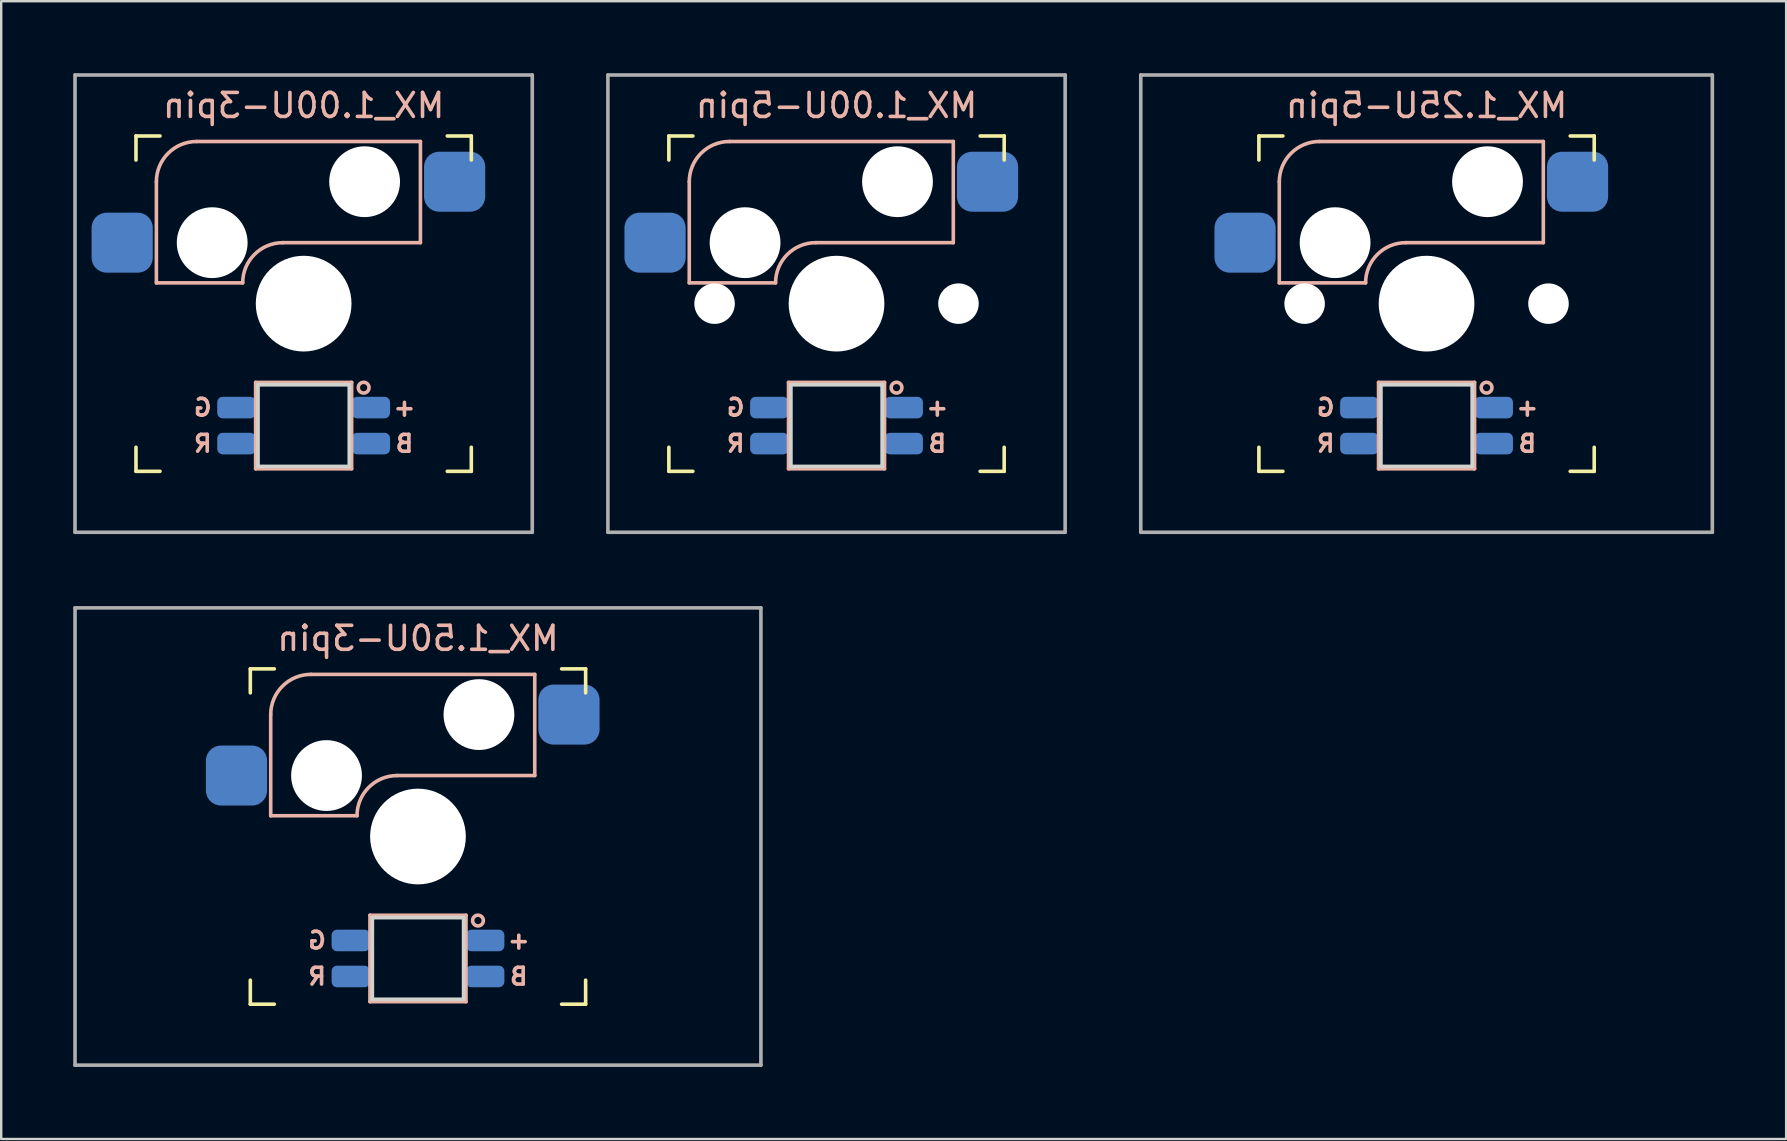
<source format=kicad_pcb>
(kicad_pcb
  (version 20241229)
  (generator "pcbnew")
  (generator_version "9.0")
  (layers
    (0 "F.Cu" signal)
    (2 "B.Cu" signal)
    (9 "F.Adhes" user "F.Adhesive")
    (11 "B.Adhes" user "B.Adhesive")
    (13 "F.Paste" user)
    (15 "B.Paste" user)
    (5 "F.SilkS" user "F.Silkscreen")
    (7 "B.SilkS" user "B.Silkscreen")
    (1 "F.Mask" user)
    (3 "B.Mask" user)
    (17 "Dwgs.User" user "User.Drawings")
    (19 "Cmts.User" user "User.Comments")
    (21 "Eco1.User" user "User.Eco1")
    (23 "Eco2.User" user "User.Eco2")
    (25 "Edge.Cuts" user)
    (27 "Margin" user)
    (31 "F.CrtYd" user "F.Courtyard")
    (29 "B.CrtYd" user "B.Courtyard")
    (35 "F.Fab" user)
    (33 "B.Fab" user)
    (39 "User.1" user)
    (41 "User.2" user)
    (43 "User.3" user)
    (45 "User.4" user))
  (footprint "MX_1.25U-5pin"
    (layer "F.Cu")
    (at 56.381 9.6)
    (property "Reference" "MX_1.25U-5pin" (at 0 -8.255 0) (layer "B.SilkS") (effects (font (size 1 1) (thickness 0.15)) (justify mirror)))
    (attr smd)
    (fp_line (start -6.985 -5.985) (end -6.985 -6.985) (stroke (width 0.15) (type solid)) (layer "F.SilkS"))
    (fp_line (start -6.985 6.985) (end -6.985 5.985) (stroke (width 0.15) (type solid)) (layer "F.SilkS"))
    (fp_line (start -6.985 6.985) (end -5.985 6.985) (stroke (width 0.15) (type solid)) (layer "F.SilkS"))
    (fp_line (start -5.985 -6.985) (end -6.985 -6.985) (stroke (width 0.15) (type solid)) (layer "F.SilkS"))
    (fp_line (start 5.985 6.985) (end 6.985 6.985) (stroke (width 0.15) (type solid)) (layer "F.SilkS"))
    (fp_line (start 6.985 -6.985) (end 5.985 -6.985) (stroke (width 0.15) (type solid)) (layer "F.SilkS"))
    (fp_line (start 6.985 -6.985) (end 6.985 -5.985) (stroke (width 0.15) (type solid)) (layer "F.SilkS"))
    (fp_line (start 6.985 5.985) (end 6.985 6.985) (stroke (width 0.15) (type solid)) (layer "F.SilkS"))
    (fp_line (start -6.135 -5.08) (end -6.135 -0.865) (stroke (width 0.15) (type solid)) (layer "B.SilkS"))
    (fp_line (start -6.135 -0.865) (end -2.54 -0.865) (stroke (width 0.15) (type solid)) (layer "B.SilkS"))
    (fp_line (start -4.46 -6.755) (end 4.865 -6.755) (stroke (width 0.15) (type solid)) (layer "B.SilkS"))
    (fp_line (start -2 3.28) (end -2 6.88) (stroke (width 0.15) (type solid)) (layer "B.SilkS"))
    (fp_line (start -2 6.88) (end 2 6.88) (stroke (width 0.15) (type solid)) (layer "B.SilkS"))
    (fp_line (start -0.865 -2.54) (end 4.865 -2.54) (stroke (width 0.15) (type solid)) (layer "B.SilkS"))
    (fp_line (start 2 3.28) (end -2 3.28) (stroke (width 0.15) (type solid)) (layer "B.SilkS"))
    (fp_line (start 2 6.88) (end 2 3.28) (stroke (width 0.15) (type solid)) (layer "B.SilkS"))
    (fp_line (start 4.865 -6.755) (end 4.865 -2.54) (stroke (width 0.15) (type solid)) (layer "B.SilkS"))
    (fp_arc (start -6.135 -5.08) (mid -5.644404 -6.264404) (end -4.46 -6.755) (stroke (width 0.15) (type solid)) (layer "B.SilkS"))
    (fp_arc (start -2.54 -0.865) (mid -2.049404 -2.049404) (end -0.865 -2.54) (stroke (width 0.15) (type solid)) (layer "B.SilkS"))
    (fp_circle (center 2.5 3.5) (end 2.724 3.5) (stroke (width 0.15) (type solid)) (fill no) (layer "B.SilkS"))
    (fp_line (start -6.985 6.985) (end -6.985 -6.985) (stroke (width 0.15) (type solid)) (layer "Eco2.User"))
    (fp_line (start -6.985 6.985) (end 6.985 6.985) (stroke (width 0.15) (type solid)) (layer "Eco2.User"))
    (fp_line (start 6.985 -6.985) (end -6.985 -6.985) (stroke (width 0.15) (type solid)) (layer "Eco2.User"))
    (fp_line (start 6.985 -6.985) (end 6.985 6.985) (stroke (width 0.15) (type solid)) (layer "Eco2.User"))
    (fp_line (start -1.9 3.38) (end -1.9 6.78) (stroke (width 0.15) (type solid)) (layer "Edge.Cuts"))
    (fp_line (start -1.9 3.38) (end 1.9 3.38) (stroke (width 0.15) (type solid)) (layer "Edge.Cuts"))
    (fp_line (start -1.9 6.78) (end 1.9 6.78) (stroke (width 0.15) (type solid)) (layer "Edge.Cuts"))
    (fp_line (start 1.9 3.38) (end 1.9 6.78) (stroke (width 0.15) (type solid)) (layer "Edge.Cuts"))
    (fp_line (start -11.906 -9.525) (end 11.906 -9.525) (stroke (width 0.15) (type solid)) (layer "F.Fab"))
    (fp_line (start -11.906 9.525) (end -11.906 -9.525) (stroke (width 0.15) (type solid)) (layer "F.Fab"))
    (fp_line (start 11.906 -9.525) (end 11.906 9.525) (stroke (width 0.15) (type solid)) (layer "F.Fab"))
    (fp_line (start 11.906 9.525) (end -11.906 9.525) (stroke (width 0.15) (type solid)) (layer "F.Fab"))
    (fp_text user "B" (at 4.2 5.83 0) (layer "B.SilkS") (effects (font (size 0.7 0.7) (thickness 0.15)) (justify mirror)))
    (fp_text user "+" (at 4.2 4.33 0) (layer "B.SilkS") (effects (font (size 0.7 0.7) (thickness 0.15)) (justify mirror)))
    (fp_text user "G" (at -4.2 4.33 0) (layer "B.SilkS") (effects (font (size 0.7 0.7) (thickness 0.15)) (justify mirror)))
    (fp_text user "R" (at -4.2 5.83 0) (layer "B.SilkS") (effects (font (size 0.7 0.7) (thickness 0.15)) (justify mirror)))
    (pad "" np_thru_hole circle (at -5.08 0) (size 1.688 1.688) (drill 1.688) (layers "*.Cu" "*.Mask"))
    (pad "" np_thru_hole circle (at -3.81 -2.54) (size 2.95 2.95) (drill 2.95) (layers "*.Cu" "*.Mask"))
    (pad "" np_thru_hole circle (at 0 0) (size 3.988 3.988) (drill 3.988) (layers "*.Cu" "*.Mask"))
    (pad "" np_thru_hole circle (at 2.54 -5.08) (size 2.95 2.95) (drill 2.95) (layers "*.Cu" "*.Mask"))
    (pad "" np_thru_hole circle (at 5.08 0) (size 1.688 1.688) (drill 1.688) (layers "*.Cu" "*.Mask"))
    (pad "1" smd roundrect (at 6.29 -5.08) (size 2.55 2.5) (layers "B.Cu" "B.Mask" "B.Paste") (roundrect_rratio 0.25))
    (pad "2" smd roundrect (at -7.56 -2.54) (size 2.55 2.5) (layers "B.Cu" "B.Mask" "B.Paste") (roundrect_rratio 0.25))
    (pad "3" smd roundrect (at 2.8 4.33) (size 1.6 0.9) (layers "B.Cu" "B.Mask" "B.Paste") (roundrect_rratio 0.25))
    (pad "4" smd roundrect (at -2.8 5.83) (size 1.6 0.9) (layers "B.Cu" "B.Mask" "B.Paste") (roundrect_rratio 0.25))
    (pad "5" smd roundrect (at -2.8 4.33) (size 1.6 0.9) (layers "B.Cu" "B.Mask" "B.Paste") (roundrect_rratio 0.25))
    (pad "6" smd roundrect (at 2.8 5.83) (size 1.6 0.9) (layers "B.Cu" "B.Mask" "B.Paste") (roundrect_rratio 0.25)))
  (footprint "MX_1.00U-3pin"
    (layer "F.Cu")
    (at 9.6 9.6)
    (property "Reference" "MX_1.00U-3pin" (at 0 -8.255 0) (layer "B.SilkS") (effects (font (size 1 1) (thickness 0.15)) (justify mirror)))
    (attr smd)
    (fp_line (start -6.985 -5.985) (end -6.985 -6.985) (stroke (width 0.15) (type solid)) (layer "F.SilkS"))
    (fp_line (start -6.985 6.985) (end -6.985 5.985) (stroke (width 0.15) (type solid)) (layer "F.SilkS"))
    (fp_line (start -6.985 6.985) (end -5.985 6.985) (stroke (width 0.15) (type solid)) (layer "F.SilkS"))
    (fp_line (start -5.985 -6.985) (end -6.985 -6.985) (stroke (width 0.15) (type solid)) (layer "F.SilkS"))
    (fp_line (start 5.985 6.985) (end 6.985 6.985) (stroke (width 0.15) (type solid)) (layer "F.SilkS"))
    (fp_line (start 6.985 -6.985) (end 5.985 -6.985) (stroke (width 0.15) (type solid)) (layer "F.SilkS"))
    (fp_line (start 6.985 -6.985) (end 6.985 -5.985) (stroke (width 0.15) (type solid)) (layer "F.SilkS"))
    (fp_line (start 6.985 5.985) (end 6.985 6.985) (stroke (width 0.15) (type solid)) (layer "F.SilkS"))
    (fp_line (start -6.135 -5.08) (end -6.135 -0.865) (stroke (width 0.15) (type solid)) (layer "B.SilkS"))
    (fp_line (start -6.135 -0.865) (end -2.54 -0.865) (stroke (width 0.15) (type solid)) (layer "B.SilkS"))
    (fp_line (start -4.46 -6.755) (end 4.865 -6.755) (stroke (width 0.15) (type solid)) (layer "B.SilkS"))
    (fp_line (start -2 3.28) (end -2 6.88) (stroke (width 0.15) (type solid)) (layer "B.SilkS"))
    (fp_line (start -2 6.88) (end 2 6.88) (stroke (width 0.15) (type solid)) (layer "B.SilkS"))
    (fp_line (start -0.865 -2.54) (end 4.865 -2.54) (stroke (width 0.15) (type solid)) (layer "B.SilkS"))
    (fp_line (start 2 3.28) (end -2 3.28) (stroke (width 0.15) (type solid)) (layer "B.SilkS"))
    (fp_line (start 2 6.88) (end 2 3.28) (stroke (width 0.15) (type solid)) (layer "B.SilkS"))
    (fp_line (start 4.865 -6.755) (end 4.865 -2.54) (stroke (width 0.15) (type solid)) (layer "B.SilkS"))
    (fp_arc (start -6.135 -5.08) (mid -5.644404 -6.264404) (end -4.46 -6.755) (stroke (width 0.15) (type solid)) (layer "B.SilkS"))
    (fp_arc (start -2.54 -0.865) (mid -2.049404 -2.049404) (end -0.865 -2.54) (stroke (width 0.15) (type solid)) (layer "B.SilkS"))
    (fp_circle (center 2.5 3.5) (end 2.724 3.5) (stroke (width 0.15) (type solid)) (fill no) (layer "B.SilkS"))
    (fp_line (start -6.985 6.985) (end -6.985 -6.985) (stroke (width 0.15) (type solid)) (layer "Eco2.User"))
    (fp_line (start -6.985 6.985) (end 6.985 6.985) (stroke (width 0.15) (type solid)) (layer "Eco2.User"))
    (fp_line (start 6.985 -6.985) (end -6.985 -6.985) (stroke (width 0.15) (type solid)) (layer "Eco2.User"))
    (fp_line (start 6.985 -6.985) (end 6.985 6.985) (stroke (width 0.15) (type solid)) (layer "Eco2.User"))
    (fp_line (start -1.9 3.38) (end -1.9 6.78) (stroke (width 0.15) (type solid)) (layer "Edge.Cuts"))
    (fp_line (start -1.9 3.38) (end 1.9 3.38) (stroke (width 0.15) (type solid)) (layer "Edge.Cuts"))
    (fp_line (start -1.9 6.78) (end 1.9 6.78) (stroke (width 0.15) (type solid)) (layer "Edge.Cuts"))
    (fp_line (start 1.9 3.38) (end 1.9 6.78) (stroke (width 0.15) (type solid)) (layer "Edge.Cuts"))
    (fp_line (start -9.525 -9.525) (end 9.525 -9.525) (stroke (width 0.15) (type solid)) (layer "F.Fab"))
    (fp_line (start -9.525 9.525) (end -9.525 -9.525) (stroke (width 0.15) (type solid)) (layer "F.Fab"))
    (fp_line (start 9.525 -9.525) (end 9.525 9.525) (stroke (width 0.15) (type solid)) (layer "F.Fab"))
    (fp_line (start 9.525 9.525) (end -9.525 9.525) (stroke (width 0.15) (type solid)) (layer "F.Fab"))
    (fp_text user "R" (at -4.2 5.83 0) (layer "B.SilkS") (effects (font (size 0.7 0.7) (thickness 0.15)) (justify mirror)))
    (fp_text user "+" (at 4.2 4.33 0) (layer "B.SilkS") (effects (font (size 0.7 0.7) (thickness 0.15)) (justify mirror)))
    (fp_text user "B" (at 4.2 5.83 0) (layer "B.SilkS") (effects (font (size 0.7 0.7) (thickness 0.15)) (justify mirror)))
    (fp_text user "G" (at -4.2 4.33 0) (layer "B.SilkS") (effects (font (size 0.7 0.7) (thickness 0.15)) (justify mirror)))
    (pad "" np_thru_hole circle (at -3.81 -2.54) (size 2.95 2.95) (drill 2.95) (layers "*.Cu" "*.Mask"))
    (pad "" np_thru_hole circle (at 0 0) (size 3.988 3.988) (drill 3.988) (layers "*.Cu" "*.Mask"))
    (pad "" np_thru_hole circle (at 2.54 -5.08) (size 2.95 2.95) (drill 2.95) (layers "*.Cu" "*.Mask"))
    (pad "1" smd roundrect (at 6.29 -5.08) (size 2.55 2.5) (layers "B.Cu" "B.Mask" "B.Paste") (roundrect_rratio 0.25))
    (pad "2" smd roundrect (at -7.56 -2.54) (size 2.55 2.5) (layers "B.Cu" "B.Mask" "B.Paste") (roundrect_rratio 0.25))
    (pad "3" smd roundrect (at 2.8 4.33) (size 1.6 0.9) (layers "B.Cu" "B.Mask" "B.Paste") (roundrect_rratio 0.25))
    (pad "4" smd roundrect (at -2.8 5.83) (size 1.6 0.9) (layers "B.Cu" "B.Mask" "B.Paste") (roundrect_rratio 0.25))
    (pad "5" smd roundrect (at -2.8 4.33) (size 1.6 0.9) (layers "B.Cu" "B.Mask" "B.Paste") (roundrect_rratio 0.25))
    (pad "6" smd roundrect (at 2.8 5.83) (size 1.6 0.9) (layers "B.Cu" "B.Mask" "B.Paste") (roundrect_rratio 0.25)))
  (footprint "MX_1.00U-5pin"
    (layer "F.Cu")
    (at 31.8 9.6)
    (property "Reference" "MX_1.00U-5pin" (at 0 -8.255 0) (layer "B.SilkS") (effects (font (size 1 1) (thickness 0.15)) (justify mirror)))
    (attr smd)
    (fp_line (start -6.985 -5.985) (end -6.985 -6.985) (stroke (width 0.15) (type solid)) (layer "F.SilkS"))
    (fp_line (start -6.985 6.985) (end -6.985 5.985) (stroke (width 0.15) (type solid)) (layer "F.SilkS"))
    (fp_line (start -6.985 6.985) (end -5.985 6.985) (stroke (width 0.15) (type solid)) (layer "F.SilkS"))
    (fp_line (start -5.985 -6.985) (end -6.985 -6.985) (stroke (width 0.15) (type solid)) (layer "F.SilkS"))
    (fp_line (start 5.985 6.985) (end 6.985 6.985) (stroke (width 0.15) (type solid)) (layer "F.SilkS"))
    (fp_line (start 6.985 -6.985) (end 5.985 -6.985) (stroke (width 0.15) (type solid)) (layer "F.SilkS"))
    (fp_line (start 6.985 -6.985) (end 6.985 -5.985) (stroke (width 0.15) (type solid)) (layer "F.SilkS"))
    (fp_line (start 6.985 5.985) (end 6.985 6.985) (stroke (width 0.15) (type solid)) (layer "F.SilkS"))
    (fp_line (start -6.135 -5.08) (end -6.135 -0.865) (stroke (width 0.15) (type solid)) (layer "B.SilkS"))
    (fp_line (start -6.135 -0.865) (end -2.54 -0.865) (stroke (width 0.15) (type solid)) (layer "B.SilkS"))
    (fp_line (start -4.46 -6.755) (end 4.865 -6.755) (stroke (width 0.15) (type solid)) (layer "B.SilkS"))
    (fp_line (start -2 3.28) (end -2 6.88) (stroke (width 0.15) (type solid)) (layer "B.SilkS"))
    (fp_line (start -2 6.88) (end 2 6.88) (stroke (width 0.15) (type solid)) (layer "B.SilkS"))
    (fp_line (start -0.865 -2.54) (end 4.865 -2.54) (stroke (width 0.15) (type solid)) (layer "B.SilkS"))
    (fp_line (start 2 3.28) (end -2 3.28) (stroke (width 0.15) (type solid)) (layer "B.SilkS"))
    (fp_line (start 2 6.88) (end 2 3.28) (stroke (width 0.15) (type solid)) (layer "B.SilkS"))
    (fp_line (start 4.865 -6.755) (end 4.865 -2.54) (stroke (width 0.15) (type solid)) (layer "B.SilkS"))
    (fp_arc (start -6.135 -5.08) (mid -5.644404 -6.264404) (end -4.46 -6.755) (stroke (width 0.15) (type solid)) (layer "B.SilkS"))
    (fp_arc (start -2.54 -0.865) (mid -2.049404 -2.049404) (end -0.865 -2.54) (stroke (width 0.15) (type solid)) (layer "B.SilkS"))
    (fp_circle (center 2.5 3.5) (end 2.724 3.5) (stroke (width 0.15) (type solid)) (fill no) (layer "B.SilkS"))
    (fp_line (start -6.985 6.985) (end -6.985 -6.985) (stroke (width 0.15) (type solid)) (layer "Eco2.User"))
    (fp_line (start -6.985 6.985) (end 6.985 6.985) (stroke (width 0.15) (type solid)) (layer "Eco2.User"))
    (fp_line (start 6.985 -6.985) (end -6.985 -6.985) (stroke (width 0.15) (type solid)) (layer "Eco2.User"))
    (fp_line (start 6.985 -6.985) (end 6.985 6.985) (stroke (width 0.15) (type solid)) (layer "Eco2.User"))
    (fp_line (start -1.9 3.38) (end -1.9 6.78) (stroke (width 0.15) (type solid)) (layer "Edge.Cuts"))
    (fp_line (start -1.9 3.38) (end 1.9 3.38) (stroke (width 0.15) (type solid)) (layer "Edge.Cuts"))
    (fp_line (start -1.9 6.78) (end 1.9 6.78) (stroke (width 0.15) (type solid)) (layer "Edge.Cuts"))
    (fp_line (start 1.9 3.38) (end 1.9 6.78) (stroke (width 0.15) (type solid)) (layer "Edge.Cuts"))
    (fp_line (start -9.525 -9.525) (end 9.525 -9.525) (stroke (width 0.15) (type solid)) (layer "F.Fab"))
    (fp_line (start -9.525 9.525) (end -9.525 -9.525) (stroke (width 0.15) (type solid)) (layer "F.Fab"))
    (fp_line (start 9.525 -9.525) (end 9.525 9.525) (stroke (width 0.15) (type solid)) (layer "F.Fab"))
    (fp_line (start 9.525 9.525) (end -9.525 9.525) (stroke (width 0.15) (type solid)) (layer "F.Fab"))
    (fp_text user "R" (at -4.2 5.83 0) (layer "B.SilkS") (effects (font (size 0.7 0.7) (thickness 0.15)) (justify mirror)))
    (fp_text user "+" (at 4.2 4.33 0) (layer "B.SilkS") (effects (font (size 0.7 0.7) (thickness 0.15)) (justify mirror)))
    (fp_text user "B" (at 4.2 5.83 0) (layer "B.SilkS") (effects (font (size 0.7 0.7) (thickness 0.15)) (justify mirror)))
    (fp_text user "G" (at -4.2 4.33 0) (layer "B.SilkS") (effects (font (size 0.7 0.7) (thickness 0.15)) (justify mirror)))
    (pad "" np_thru_hole circle (at -5.08 0) (size 1.688 1.688) (drill 1.688) (layers "*.Cu" "*.Mask"))
    (pad "" np_thru_hole circle (at -3.81 -2.54) (size 2.95 2.95) (drill 2.95) (layers "*.Cu" "*.Mask"))
    (pad "" np_thru_hole circle (at 0 0) (size 3.988 3.988) (drill 3.988) (layers "*.Cu" "*.Mask"))
    (pad "" np_thru_hole circle (at 2.54 -5.08) (size 2.95 2.95) (drill 2.95) (layers "*.Cu" "*.Mask"))
    (pad "" np_thru_hole circle (at 5.08 0) (size 1.688 1.688) (drill 1.688) (layers "*.Cu" "*.Mask"))
    (pad "1" smd roundrect (at 6.29 -5.08) (size 2.55 2.5) (layers "B.Cu" "B.Mask" "B.Paste") (roundrect_rratio 0.25))
    (pad "2" smd roundrect (at -7.56 -2.54) (size 2.55 2.5) (layers "B.Cu" "B.Mask" "B.Paste") (roundrect_rratio 0.25))
    (pad "3" smd roundrect (at 2.8 4.33) (size 1.6 0.9) (layers "B.Cu" "B.Mask" "B.Paste") (roundrect_rratio 0.25))
    (pad "4" smd roundrect (at -2.8 5.83) (size 1.6 0.9) (layers "B.Cu" "B.Mask" "B.Paste") (roundrect_rratio 0.25))
    (pad "5" smd roundrect (at -2.8 4.33) (size 1.6 0.9) (layers "B.Cu" "B.Mask" "B.Paste") (roundrect_rratio 0.25))
    (pad "6" smd roundrect (at 2.8 5.83) (size 1.6 0.9) (layers "B.Cu" "B.Mask" "B.Paste") (roundrect_rratio 0.25)))
  (footprint "MX_1.50U-3pin"
    (layer "F.Cu")
    (at 14.363 31.8)
    (property "Reference" "MX_1.50U-3pin" (at 0 -8.255 0) (layer "B.SilkS") (effects (font (size 1 1) (thickness 0.15)) (justify mirror)))
    (attr smd)
    (fp_line (start -6.985 -5.985) (end -6.985 -6.985) (stroke (width 0.15) (type solid)) (layer "F.SilkS"))
    (fp_line (start -6.985 6.985) (end -6.985 5.985) (stroke (width 0.15) (type solid)) (layer "F.SilkS"))
    (fp_line (start -6.985 6.985) (end -5.985 6.985) (stroke (width 0.15) (type solid)) (layer "F.SilkS"))
    (fp_line (start -5.985 -6.985) (end -6.985 -6.985) (stroke (width 0.15) (type solid)) (layer "F.SilkS"))
    (fp_line (start 5.985 6.985) (end 6.985 6.985) (stroke (width 0.15) (type solid)) (layer "F.SilkS"))
    (fp_line (start 6.985 -6.985) (end 5.985 -6.985) (stroke (width 0.15) (type solid)) (layer "F.SilkS"))
    (fp_line (start 6.985 -6.985) (end 6.985 -5.985) (stroke (width 0.15) (type solid)) (layer "F.SilkS"))
    (fp_line (start 6.985 5.985) (end 6.985 6.985) (stroke (width 0.15) (type solid)) (layer "F.SilkS"))
    (fp_line (start -6.135 -5.08) (end -6.135 -0.865) (stroke (width 0.15) (type solid)) (layer "B.SilkS"))
    (fp_line (start -6.135 -0.865) (end -2.54 -0.865) (stroke (width 0.15) (type solid)) (layer "B.SilkS"))
    (fp_line (start -4.46 -6.755) (end 4.865 -6.755) (stroke (width 0.15) (type solid)) (layer "B.SilkS"))
    (fp_line (start -2 3.28) (end -2 6.88) (stroke (width 0.15) (type solid)) (layer "B.SilkS"))
    (fp_line (start -2 6.88) (end 2 6.88) (stroke (width 0.15) (type solid)) (layer "B.SilkS"))
    (fp_line (start -0.865 -2.54) (end 4.865 -2.54) (stroke (width 0.15) (type solid)) (layer "B.SilkS"))
    (fp_line (start 2 3.28) (end -2 3.28) (stroke (width 0.15) (type solid)) (layer "B.SilkS"))
    (fp_line (start 2 6.88) (end 2 3.28) (stroke (width 0.15) (type solid)) (layer "B.SilkS"))
    (fp_line (start 4.865 -6.755) (end 4.865 -2.54) (stroke (width 0.15) (type solid)) (layer "B.SilkS"))
    (fp_arc (start -6.135 -5.08) (mid -5.644404 -6.264404) (end -4.46 -6.755) (stroke (width 0.15) (type solid)) (layer "B.SilkS"))
    (fp_arc (start -2.54 -0.865) (mid -2.049404 -2.049404) (end -0.865 -2.54) (stroke (width 0.15) (type solid)) (layer "B.SilkS"))
    (fp_circle (center 2.5 3.5) (end 2.724 3.5) (stroke (width 0.15) (type solid)) (fill no) (layer "B.SilkS"))
    (fp_line (start -6.985 6.985) (end -6.985 -6.985) (stroke (width 0.15) (type solid)) (layer "Eco2.User"))
    (fp_line (start -6.985 6.985) (end 6.985 6.985) (stroke (width 0.15) (type solid)) (layer "Eco2.User"))
    (fp_line (start 6.985 -6.985) (end -6.985 -6.985) (stroke (width 0.15) (type solid)) (layer "Eco2.User"))
    (fp_line (start 6.985 -6.985) (end 6.985 6.985) (stroke (width 0.15) (type solid)) (layer "Eco2.User"))
    (fp_line (start -1.9 3.38) (end -1.9 6.78) (stroke (width 0.15) (type solid)) (layer "Edge.Cuts"))
    (fp_line (start -1.9 3.38) (end 1.9 3.38) (stroke (width 0.15) (type solid)) (layer "Edge.Cuts"))
    (fp_line (start -1.9 6.78) (end 1.9 6.78) (stroke (width 0.15) (type solid)) (layer "Edge.Cuts"))
    (fp_line (start 1.9 3.38) (end 1.9 6.78) (stroke (width 0.15) (type solid)) (layer "Edge.Cuts"))
    (fp_line (start -14.287 -9.525) (end 14.287 -9.525) (stroke (width 0.15) (type solid)) (layer "F.Fab"))
    (fp_line (start -14.287 9.525) (end -14.287 -9.525) (stroke (width 0.15) (type solid)) (layer "F.Fab"))
    (fp_line (start 14.287 -9.525) (end 14.287 9.525) (stroke (width 0.15) (type solid)) (layer "F.Fab"))
    (fp_line (start 14.287 9.525) (end -14.287 9.525) (stroke (width 0.15) (type solid)) (layer "F.Fab"))
    (fp_text user "R" (at -4.2 5.83 0) (layer "B.SilkS") (effects (font (size 0.7 0.7) (thickness 0.15)) (justify mirror)))
    (fp_text user "G" (at -4.2 4.33 0) (layer "B.SilkS") (effects (font (size 0.7 0.7) (thickness 0.15)) (justify mirror)))
    (fp_text user "+" (at 4.2 4.33 0) (layer "B.SilkS") (effects (font (size 0.7 0.7) (thickness 0.15)) (justify mirror)))
    (fp_text user "B" (at 4.2 5.83 0) (layer "B.SilkS") (effects (font (size 0.7 0.7) (thickness 0.15)) (justify mirror)))
    (pad "" np_thru_hole circle (at -3.81 -2.54) (size 2.95 2.95) (drill 2.95) (layers "*.Cu" "*.Mask"))
    (pad "" np_thru_hole circle (at 0 0) (size 3.988 3.988) (drill 3.988) (layers "*.Cu" "*.Mask"))
    (pad "" np_thru_hole circle (at 2.54 -5.08) (size 2.95 2.95) (drill 2.95) (layers "*.Cu" "*.Mask"))
    (pad "1" smd roundrect (at 6.29 -5.08) (size 2.55 2.5) (layers "B.Cu" "B.Mask" "B.Paste") (roundrect_rratio 0.25))
    (pad "2" smd roundrect (at -7.56 -2.54) (size 2.55 2.5) (layers "B.Cu" "B.Mask" "B.Paste") (roundrect_rratio 0.25))
    (pad "3" smd roundrect (at 2.8 4.33) (size 1.6 0.9) (layers "B.Cu" "B.Mask" "B.Paste") (roundrect_rratio 0.25))
    (pad "4" smd roundrect (at -2.8 5.83) (size 1.6 0.9) (layers "B.Cu" "B.Mask" "B.Paste") (roundrect_rratio 0.25))
    (pad "5" smd roundrect (at -2.8 4.33) (size 1.6 0.9) (layers "B.Cu" "B.Mask" "B.Paste") (roundrect_rratio 0.25))
    (pad "6" smd roundrect (at 2.8 5.83) (size 1.6 0.9) (layers "B.Cu" "B.Mask" "B.Paste") (roundrect_rratio 0.25)))
  (gr_rect
    (start -3 -3)
    (end 71.362 44.4)
    (stroke (width 0.1) (type default))
    (fill no)
    (layer "Edge.Cuts")))
</source>
